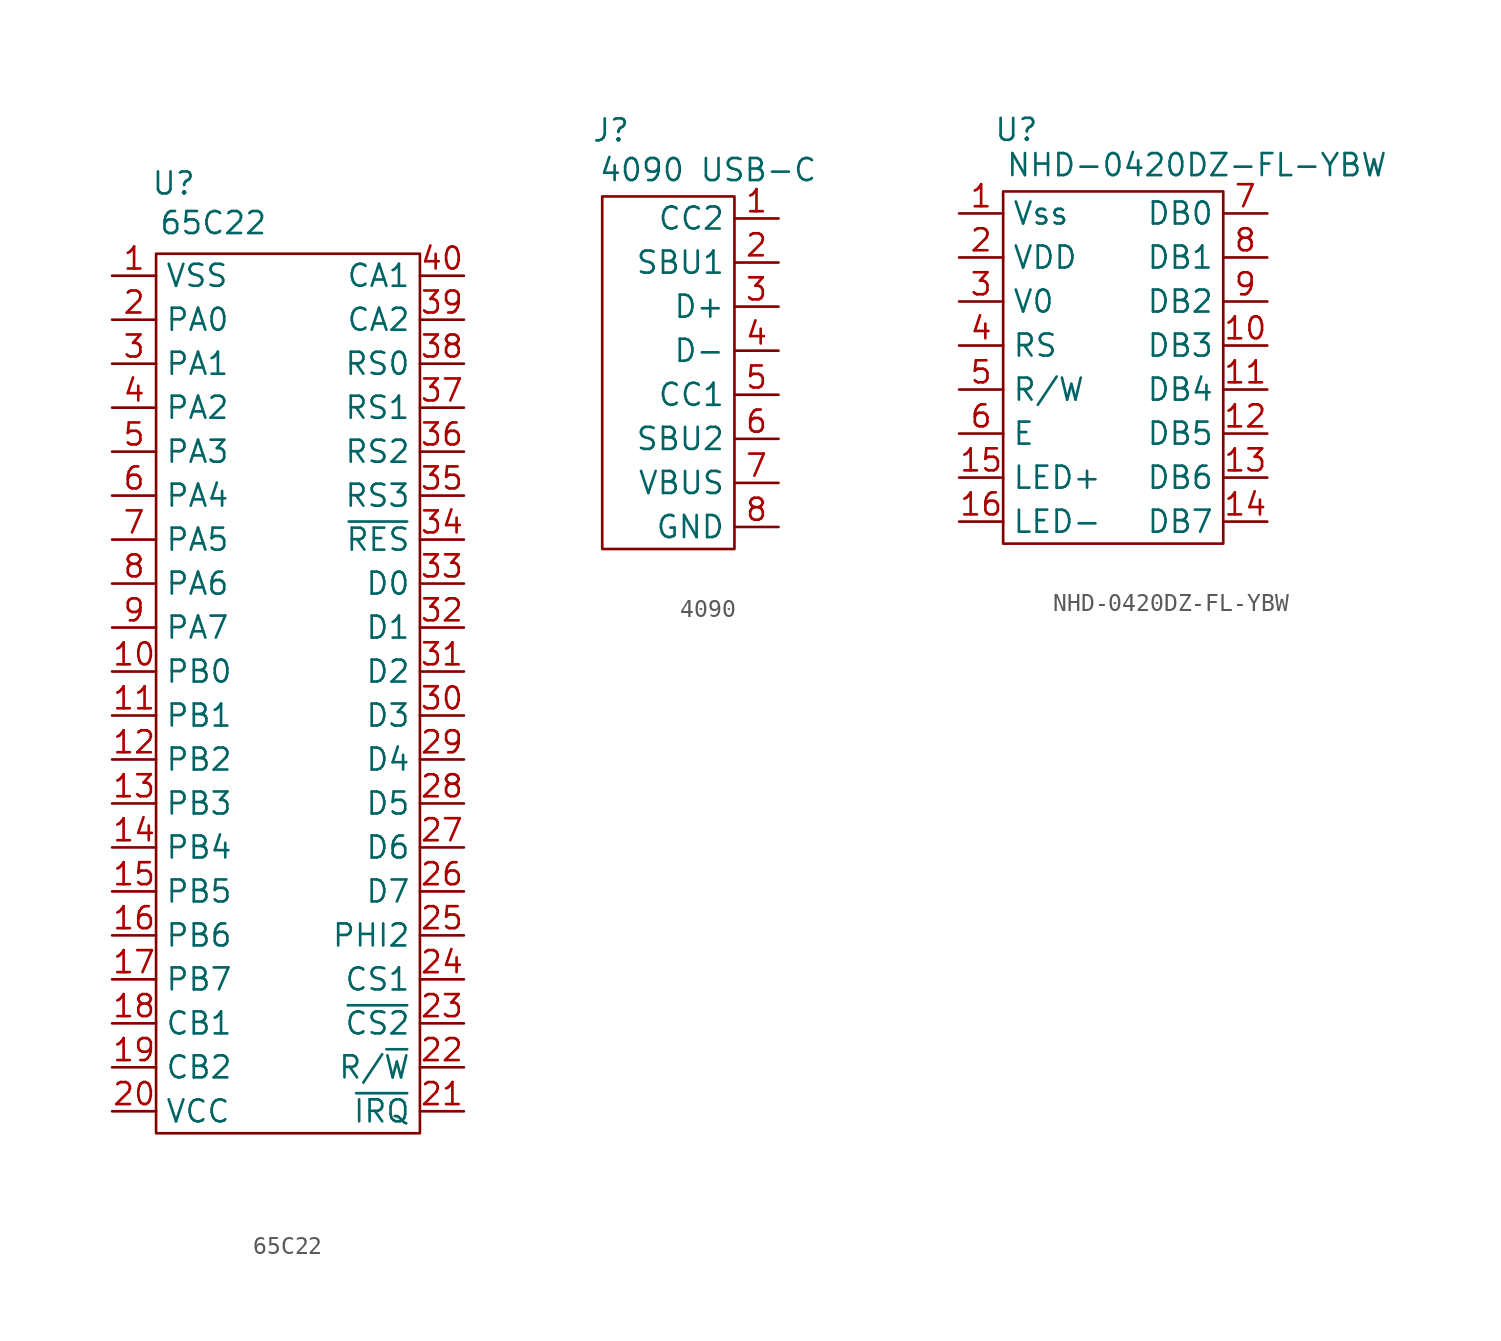
<source format=kicad_sym>
(kicad_symbol_lib
  (version 20241209)
  (generator "kicad_symbol_editor")
  (generator_version "9.0")
  (symbol "65C22"
    (property "Reference" "U"
      (at -6.604 28.194 0)
      (effects (font (size 1.27 1.27))))
    (property "Value" "65C22"
      (at -4.318 25.908 0)
      (effects (font (size 1.27 1.27))))
    (symbol "65C22_0_1"
      (rectangle (start -7.62 24.13) (end 7.62 -26.67) (stroke (width 0) (type default)) (fill (type none))))
    (symbol "65C22_1_1"
      (pin power_in line (at -10.16 22.86 0) (length 2.54) (name "VSS" (effects (font (size 1.27 1.27)))) (number "1" (effects (font (size 1.27 1.27)))))
      (pin tri_state line (at -10.16 20.32 0) (length 2.54) (name "PA0" (effects (font (size 1.27 1.27)))) (number "2" (effects (font (size 1.27 1.27)))))
      (pin tri_state line (at -10.16 17.78 0) (length 2.54) (name "PA1" (effects (font (size 1.27 1.27)))) (number "3" (effects (font (size 1.27 1.27)))))
      (pin tri_state line (at -10.16 15.24 0) (length 2.54) (name "PA2" (effects (font (size 1.27 1.27)))) (number "4" (effects (font (size 1.27 1.27)))))
      (pin tri_state line (at -10.16 12.7 0) (length 2.54) (name "PA3" (effects (font (size 1.27 1.27)))) (number "5" (effects (font (size 1.27 1.27)))))
      (pin tri_state line (at -10.16 10.16 0) (length 2.54) (name "PA4" (effects (font (size 1.27 1.27)))) (number "6" (effects (font (size 1.27 1.27)))))
      (pin tri_state line (at -10.16 7.62 0) (length 2.54) (name "PA5" (effects (font (size 1.27 1.27)))) (number "7" (effects (font (size 1.27 1.27)))))
      (pin tri_state line (at -10.16 5.08 0) (length 2.54) (name "PA6" (effects (font (size 1.27 1.27)))) (number "8" (effects (font (size 1.27 1.27)))))
      (pin tri_state line (at -10.16 2.54 0) (length 2.54) (name "PA7" (effects (font (size 1.27 1.27)))) (number "9" (effects (font (size 1.27 1.27)))))
      (pin tri_state line (at -10.16 0 0) (length 2.54) (name "PB0" (effects (font (size 1.27 1.27)))) (number "10" (effects (font (size 1.27 1.27)))))
      (pin tri_state line (at -10.16 -2.54 0) (length 2.54) (name "PB1" (effects (font (size 1.27 1.27)))) (number "11" (effects (font (size 1.27 1.27)))))
      (pin tri_state line (at -10.16 -5.08 0) (length 2.54) (name "PB2" (effects (font (size 1.27 1.27)))) (number "12" (effects (font (size 1.27 1.27)))))
      (pin tri_state line (at -10.16 -7.62 0) (length 2.54) (name "PB3" (effects (font (size 1.27 1.27)))) (number "13" (effects (font (size 1.27 1.27)))))
      (pin tri_state line (at -10.16 -10.16 0) (length 2.54) (name "PB4" (effects (font (size 1.27 1.27)))) (number "14" (effects (font (size 1.27 1.27)))))
      (pin tri_state line (at -10.16 -12.7 0) (length 2.54) (name "PB5" (effects (font (size 1.27 1.27)))) (number "15" (effects (font (size 1.27 1.27)))))
      (pin tri_state line (at -10.16 -15.24 0) (length 2.54) (name "PB6" (effects (font (size 1.27 1.27)))) (number "16" (effects (font (size 1.27 1.27)))))
      (pin tri_state line (at -10.16 -17.78 0) (length 2.54) (name "PB7" (effects (font (size 1.27 1.27)))) (number "17" (effects (font (size 1.27 1.27)))))
      (pin tri_state line (at -10.16 -20.32 0) (length 2.54) (name "CB1" (effects (font (size 1.27 1.27)))) (number "18" (effects (font (size 1.27 1.27)))))
      (pin tri_state line (at -10.16 -22.86 0) (length 2.54) (name "CB2" (effects (font (size 1.27 1.27)))) (number "19" (effects (font (size 1.27 1.27)))))
      (pin power_in line (at -10.16 -25.4 0) (length 2.54) (name "VCC" (effects (font (size 1.27 1.27)))) (number "20" (effects (font (size 1.27 1.27)))))
      (pin tri_state line (at 10.16 22.86 180) (length 2.54) (name "CA1" (effects (font (size 1.27 1.27)))) (number "40" (effects (font (size 1.27 1.27)))))
      (pin tri_state line (at 10.16 20.32 180) (length 2.54) (name "CA2" (effects (font (size 1.27 1.27)))) (number "39" (effects (font (size 1.27 1.27)))))
      (pin input line (at 10.16 17.78 180) (length 2.54) (name "RS0" (effects (font (size 1.27 1.27)))) (number "38" (effects (font (size 1.27 1.27)))))
      (pin input line (at 10.16 15.24 180) (length 2.54) (name "RS1" (effects (font (size 1.27 1.27)))) (number "37" (effects (font (size 1.27 1.27)))))
      (pin input line (at 10.16 12.7 180) (length 2.54) (name "RS2" (effects (font (size 1.27 1.27)))) (number "36" (effects (font (size 1.27 1.27)))))
      (pin input line (at 10.16 10.16 180) (length 2.54) (name "RS3" (effects (font (size 1.27 1.27)))) (number "35" (effects (font (size 1.27 1.27)))))
      (pin input line (at 10.16 7.62 180) (length 2.54) (name "~{RES}" (effects (font (size 1.27 1.27)))) (number "34" (effects (font (size 1.27 1.27)))))
      (pin tri_state line (at 10.16 5.08 180) (length 2.54) (name "D0" (effects (font (size 1.27 1.27)))) (number "33" (effects (font (size 1.27 1.27)))))
      (pin tri_state line (at 10.16 2.54 180) (length 2.54) (name "D1" (effects (font (size 1.27 1.27)))) (number "32" (effects (font (size 1.27 1.27)))))
      (pin tri_state line (at 10.16 0 180) (length 2.54) (name "D2" (effects (font (size 1.27 1.27)))) (number "31" (effects (font (size 1.27 1.27)))))
      (pin tri_state line (at 10.16 -2.54 180) (length 2.54) (name "D3" (effects (font (size 1.27 1.27)))) (number "30" (effects (font (size 1.27 1.27)))))
      (pin tri_state line (at 10.16 -5.08 180) (length 2.54) (name "D4" (effects (font (size 1.27 1.27)))) (number "29" (effects (font (size 1.27 1.27)))))
      (pin tri_state line (at 10.16 -7.62 180) (length 2.54) (name "D5" (effects (font (size 1.27 1.27)))) (number "28" (effects (font (size 1.27 1.27)))))
      (pin tri_state line (at 10.16 -10.16 180) (length 2.54) (name "D6" (effects (font (size 1.27 1.27)))) (number "27" (effects (font (size 1.27 1.27)))))
      (pin tri_state line (at 10.16 -12.7 180) (length 2.54) (name "D7" (effects (font (size 1.27 1.27)))) (number "26" (effects (font (size 1.27 1.27)))))
      (pin input line (at 10.16 -15.24 180) (length 2.54) (name "PHI2" (effects (font (size 1.27 1.27)))) (number "25" (effects (font (size 1.27 1.27)))))
      (pin input line (at 10.16 -17.78 180) (length 2.54) (name "CS1" (effects (font (size 1.27 1.27)))) (number "24" (effects (font (size 1.27 1.27)))))
      (pin input line (at 10.16 -20.32 180) (length 2.54) (name "~{CS2}" (effects (font (size 1.27 1.27)))) (number "23" (effects (font (size 1.27 1.27)))))
      (pin input line (at 10.16 -22.86 180) (length 2.54) (name "R/~{W}" (effects (font (size 1.27 1.27)))) (number "22" (effects (font (size 1.27 1.27)))))
      (pin output line (at 10.16 -25.4 180) (length 2.54) (name "~{IRQ}" (effects (font (size 1.27 1.27)))) (number "21" (effects (font (size 1.27 1.27)))))))
  (symbol "4090"
    (property "Reference" "J"
      (at 0.508 3.81 0)
      (effects (font (size 1.27 1.27))))
    (property "Value" "4090 USB-C"
      (at 6.096 1.524 0)
      (effects (font (size 1.27 1.27))))
    (symbol "4090_0_1"
      (rectangle (start 0 0) (end 7.62 -20.32) (stroke (width 0) (type default)) (fill (type none))))
    (symbol "4090_1_1"
      (pin input line (at 10.16 -1.27 180) (length 2.54) (name "CC2" (effects (font (size 1.27 1.27)))) (number "1" (effects (font (size 1.27 1.27)))))
      (pin bidirectional line (at 10.16 -3.81 180) (length 2.54) (name "SBU1" (effects (font (size 1.27 1.27)))) (number "2" (effects (font (size 1.27 1.27)))))
      (pin bidirectional line (at 10.16 -6.35 180) (length 2.54) (name "D+" (effects (font (size 1.27 1.27)))) (number "3" (effects (font (size 1.27 1.27)))))
      (pin bidirectional line (at 10.16 -8.89 180) (length 2.54) (name "D-" (effects (font (size 1.27 1.27)))) (number "4" (effects (font (size 1.27 1.27)))))
      (pin input line (at 10.16 -11.43 180) (length 2.54) (name "CC1" (effects (font (size 1.27 1.27)))) (number "5" (effects (font (size 1.27 1.27)))))
      (pin bidirectional line (at 10.16 -13.97 180) (length 2.54) (name "SBU2" (effects (font (size 1.27 1.27)))) (number "6" (effects (font (size 1.27 1.27)))))
      (pin power_out line (at 10.16 -16.51 180) (length 2.54) (name "VBUS" (effects (font (size 1.27 1.27)))) (number "7" (effects (font (size 1.27 1.27)))))
      (pin power_out line (at 10.16 -19.05 180) (length 2.54) (name "GND" (effects (font (size 1.27 1.27)))) (number "8" (effects (font (size 1.27 1.27)))))))
  (symbol "NHD-0420DZ-FL-YBW"
    (property "Reference" "U"
      (at -4.318 13.716 0)
      (effects (font (size 1.27 1.27))))
    (property "Value" "NHD-0420DZ-FL-YBW"
      (at 6.096 11.684 0)
      (effects (font (size 1.27 1.27))))
    (symbol "NHD-0420DZ-FL-YBW_0_1"
      (rectangle (start -5.08 10.16) (end 7.62 -10.16) (stroke (width 0) (type default)) (fill (type none))))
    (symbol "NHD-0420DZ-FL-YBW_1_1"
      (pin power_in line (at -7.62 8.89 0) (length 2.54) (name "Vss" (effects (font (size 1.27 1.27)))) (number "1" (effects (font (size 1.27 1.27)))))
      (pin power_in line (at -7.62 6.35 0) (length 2.54) (name "VDD" (effects (font (size 1.27 1.27)))) (number "2" (effects (font (size 1.27 1.27)))))
      (pin power_in line (at -7.62 3.81 0) (length 2.54) (name "V0" (effects (font (size 1.27 1.27)))) (number "3" (effects (font (size 1.27 1.27)))))
      (pin input line (at -7.62 1.27 0) (length 2.54) (name "RS" (effects (font (size 1.27 1.27)))) (number "4" (effects (font (size 1.27 1.27)))))
      (pin input line (at -7.62 -1.27 0) (length 2.54) (name "R/W" (effects (font (size 1.27 1.27)))) (number "5" (effects (font (size 1.27 1.27)))))
      (pin input line (at -7.62 -3.81 0) (length 2.54) (name "E" (effects (font (size 1.27 1.27)))) (number "6" (effects (font (size 1.27 1.27)))))
      (pin power_in line (at -7.62 -6.35 0) (length 2.54) (name "LED+" (effects (font (size 1.27 1.27)))) (number "15" (effects (font (size 1.27 1.27)))))
      (pin power_in line (at -7.62 -8.89 0) (length 2.54) (name "LED-" (effects (font (size 1.27 1.27)))) (number "16" (effects (font (size 1.27 1.27)))))
      (pin tri_state line (at 10.16 8.89 180) (length 2.54) (name "DB0" (effects (font (size 1.27 1.27)))) (number "7" (effects (font (size 1.27 1.27)))))
      (pin tri_state line (at 10.16 6.35 180) (length 2.54) (name "DB1" (effects (font (size 1.27 1.27)))) (number "8" (effects (font (size 1.27 1.27)))))
      (pin tri_state line (at 10.16 3.81 180) (length 2.54) (name "DB2" (effects (font (size 1.27 1.27)))) (number "9" (effects (font (size 1.27 1.27)))))
      (pin tri_state line (at 10.16 1.27 180) (length 2.54) (name "DB3" (effects (font (size 1.27 1.27)))) (number "10" (effects (font (size 1.27 1.27)))))
      (pin tri_state line (at 10.16 -1.27 180) (length 2.54) (name "DB4" (effects (font (size 1.27 1.27)))) (number "11" (effects (font (size 1.27 1.27)))))
      (pin tri_state line (at 10.16 -3.81 180) (length 2.54) (name "DB5" (effects (font (size 1.27 1.27)))) (number "12" (effects (font (size 1.27 1.27)))))
      (pin tri_state line (at 10.16 -6.35 180) (length 2.54) (name "DB6" (effects (font (size 1.27 1.27)))) (number "13" (effects (font (size 1.27 1.27)))))
      (pin tri_state line (at 10.16 -8.89 180) (length 2.54) (name "DB7" (effects (font (size 1.27 1.27)))) (number "14" (effects (font (size 1.27 1.27))))))))
</source>
